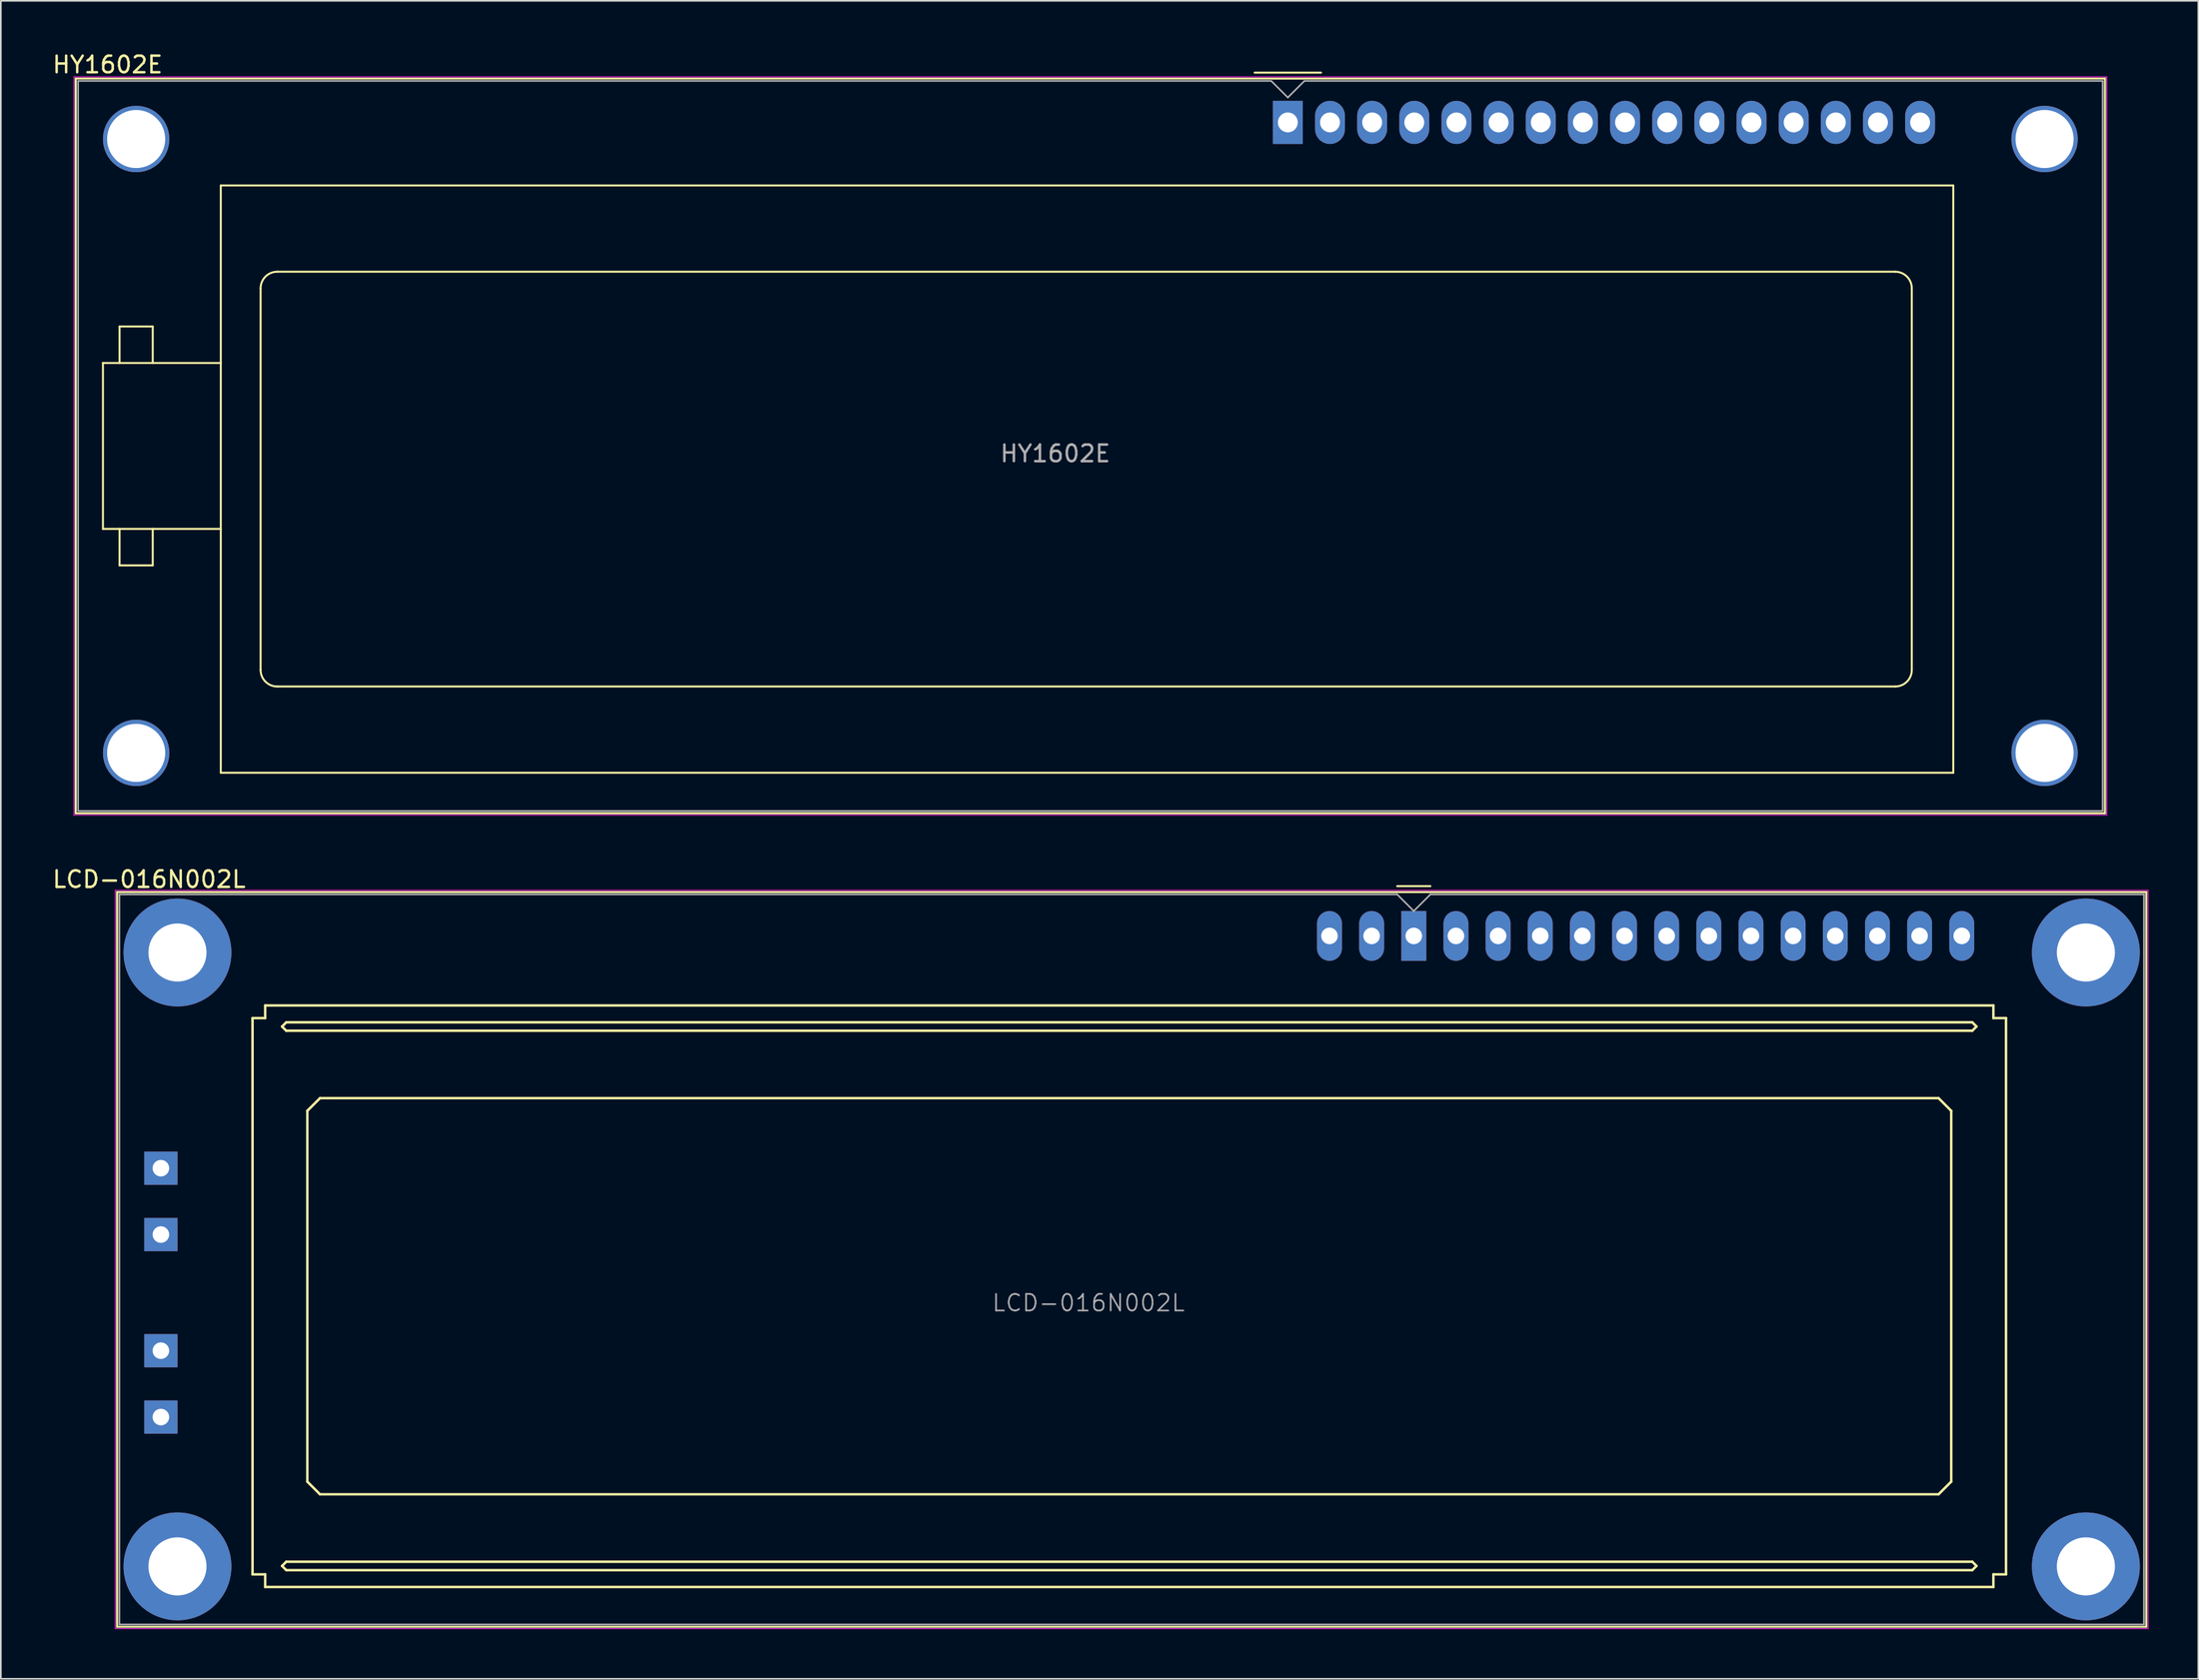
<source format=kicad_pcb>
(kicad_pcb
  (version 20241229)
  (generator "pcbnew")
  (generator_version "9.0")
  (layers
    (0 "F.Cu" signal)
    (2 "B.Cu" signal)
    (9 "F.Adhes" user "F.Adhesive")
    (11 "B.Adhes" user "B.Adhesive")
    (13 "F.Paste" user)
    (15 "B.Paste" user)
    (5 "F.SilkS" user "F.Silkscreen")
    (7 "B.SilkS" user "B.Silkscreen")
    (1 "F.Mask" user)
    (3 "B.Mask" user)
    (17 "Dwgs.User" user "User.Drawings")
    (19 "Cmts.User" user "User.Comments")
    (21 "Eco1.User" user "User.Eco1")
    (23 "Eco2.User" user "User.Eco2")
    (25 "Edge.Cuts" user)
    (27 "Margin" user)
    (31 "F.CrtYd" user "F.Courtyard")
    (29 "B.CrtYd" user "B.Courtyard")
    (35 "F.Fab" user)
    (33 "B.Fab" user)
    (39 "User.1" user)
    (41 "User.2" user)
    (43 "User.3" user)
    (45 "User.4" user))
  (footprint "LCD-016N002L"
    (layer "F.Cu")
    (at 82.145 53.361)
    (property "Reference" "LCD-016N002L" (at -76.21 -3.41 180) (layer "F.SilkS") (effects (font (size 1 1) (thickness 0.15))))
    (attr through_hole)
    (fp_line (start -78.14 -2.64) (end -78.14 41.64) (stroke (width 0.12) (type solid)) (layer "F.SilkS"))
    (fp_line (start -78.14 41.64) (end 44.14 41.64) (stroke (width 0.12) (type solid)) (layer "F.SilkS"))
    (fp_line (start -69.977 4.953) (end -69.977 38.481) (stroke (width 0.15) (type solid)) (layer "F.SilkS"))
    (fp_line (start -69.215 4.191) (end -69.215 4.953) (stroke (width 0.15) (type solid)) (layer "F.SilkS"))
    (fp_line (start -69.215 4.953) (end -69.977 4.953) (stroke (width 0.15) (type solid)) (layer "F.SilkS"))
    (fp_line (start -69.215 38.481) (end -69.977 38.481) (stroke (width 0.15) (type solid)) (layer "F.SilkS"))
    (fp_line (start -69.215 39.243) (end -69.215 38.481) (stroke (width 0.15) (type solid)) (layer "F.SilkS"))
    (fp_line (start -69.215 39.243) (end 34.925 39.243) (stroke (width 0.15) (type solid)) (layer "F.SilkS"))
    (fp_line (start -68.199 5.461) (end -67.945 5.715) (stroke (width 0.15) (type solid)) (layer "F.SilkS"))
    (fp_line (start -68.199 37.973) (end -67.945 38.227) (stroke (width 0.15) (type solid)) (layer "F.SilkS"))
    (fp_line (start -67.945 5.207) (end -68.199 5.461) (stroke (width 0.15) (type solid)) (layer "F.SilkS"))
    (fp_line (start -67.945 5.715) (end 33.655 5.715) (stroke (width 0.15) (type solid)) (layer "F.SilkS"))
    (fp_line (start -67.945 37.719) (end -68.199 37.973) (stroke (width 0.15) (type solid)) (layer "F.SilkS"))
    (fp_line (start -67.945 38.227) (end 33.655 38.227) (stroke (width 0.15) (type solid)) (layer "F.SilkS"))
    (fp_line (start -66.675 10.541) (end -65.913 9.779) (stroke (width 0.15) (type solid)) (layer "F.SilkS"))
    (fp_line (start -66.675 32.893) (end -66.675 10.541) (stroke (width 0.15) (type solid)) (layer "F.SilkS"))
    (fp_line (start -65.913 9.779) (end 31.623 9.779) (stroke (width 0.15) (type solid)) (layer "F.SilkS"))
    (fp_line (start -65.913 33.655) (end -66.675 32.893) (stroke (width 0.15) (type solid)) (layer "F.SilkS"))
    (fp_line (start -1 -3) (end 1 -3) (stroke (width 0.12) (type solid)) (layer "F.SilkS"))
    (fp_line (start 31.623 9.779) (end 32.385 10.541) (stroke (width 0.15) (type solid)) (layer "F.SilkS"))
    (fp_line (start 31.623 33.655) (end -65.913 33.655) (stroke (width 0.15) (type solid)) (layer "F.SilkS"))
    (fp_line (start 32.385 10.541) (end 32.385 32.893) (stroke (width 0.15) (type solid)) (layer "F.SilkS"))
    (fp_line (start 32.385 32.893) (end 31.623 33.655) (stroke (width 0.15) (type solid)) (layer "F.SilkS"))
    (fp_line (start 33.655 5.207) (end -67.945 5.207) (stroke (width 0.15) (type solid)) (layer "F.SilkS"))
    (fp_line (start 33.655 5.207) (end 33.909 5.461) (stroke (width 0.15) (type solid)) (layer "F.SilkS"))
    (fp_line (start 33.655 37.719) (end -67.945 37.719) (stroke (width 0.15) (type solid)) (layer "F.SilkS"))
    (fp_line (start 33.655 38.227) (end 33.909 37.973) (stroke (width 0.15) (type solid)) (layer "F.SilkS"))
    (fp_line (start 33.909 5.461) (end 33.655 5.715) (stroke (width 0.15) (type solid)) (layer "F.SilkS"))
    (fp_line (start 33.909 37.973) (end 33.655 37.719) (stroke (width 0.15) (type solid)) (layer "F.SilkS"))
    (fp_line (start 34.925 4.191) (end -69.215 4.191) (stroke (width 0.15) (type solid)) (layer "F.SilkS"))
    (fp_line (start 34.925 4.191) (end 34.925 4.953) (stroke (width 0.15) (type solid)) (layer "F.SilkS"))
    (fp_line (start 34.925 4.953) (end 35.687 4.953) (stroke (width 0.15) (type solid)) (layer "F.SilkS"))
    (fp_line (start 34.925 38.481) (end 34.925 39.243) (stroke (width 0.15) (type solid)) (layer "F.SilkS"))
    (fp_line (start 35.687 38.481) (end 34.925 38.481) (stroke (width 0.15) (type solid)) (layer "F.SilkS"))
    (fp_line (start 35.687 38.481) (end 35.687 4.953) (stroke (width 0.15) (type solid)) (layer "F.SilkS"))
    (fp_line (start 44.14 -2.64) (end -78.14 -2.64) (stroke (width 0.12) (type solid)) (layer "F.SilkS"))
    (fp_line (start 44.14 -2.64) (end 44.14 41.64) (stroke (width 0.12) (type solid)) (layer "F.SilkS"))
    (fp_line (start -78.25 -2.75) (end -78.25 41.75) (stroke (width 0.05) (type solid)) (layer "F.CrtYd"))
    (fp_line (start -78.25 -2.75) (end 44.25 -2.75) (stroke (width 0.05) (type solid)) (layer "F.CrtYd"))
    (fp_line (start -78.25 41.75) (end 44.25 41.75) (stroke (width 0.05) (type solid)) (layer "F.CrtYd"))
    (fp_line (start 44.25 -2.75) (end 44.25 41.75) (stroke (width 0.05) (type solid)) (layer "F.CrtYd"))
    (fp_line (start -78 -2.5) (end -1 -2.5) (stroke (width 0.1) (type solid)) (layer "F.Fab"))
    (fp_line (start -78 41.5) (end -78 -2.5) (stroke (width 0.1) (type solid)) (layer "F.Fab"))
    (fp_line (start 0 -1.5) (end -1 -2.5) (stroke (width 0.1) (type solid)) (layer "F.Fab"))
    (fp_line (start 1 -2.5) (end 0 -1.5) (stroke (width 0.1) (type solid)) (layer "F.Fab"))
    (fp_line (start 1 -2.5) (end 44 -2.5) (stroke (width 0.1) (type solid)) (layer "F.Fab"))
    (fp_line (start 44 -2.5) (end 44 41.5) (stroke (width 0.1) (type solid)) (layer "F.Fab"))
    (fp_line (start 44 41.5) (end -78 41.5) (stroke (width 0.1) (type solid)) (layer "F.Fab"))
    (fp_text user "${REFERENCE}" (at -19.6 22.12 0) (layer "F.Fab") (effects (font (size 1 1) (thickness 0.1))))
    (pad "" thru_hole circle (at -74.5 1 180) (size 6.5 6.5) (drill 3.5) (layers "*.Cu" "*.Mask"))
    (pad "" thru_hole circle (at -74.5 38 180) (size 6.5 6.5) (drill 3.5) (layers "*.Cu" "*.Mask"))
    (pad "" thru_hole circle (at 40.5 1 180) (size 6.5 6.5) (drill 3.5) (layers "*.Cu" "*.Mask"))
    (pad "" thru_hole circle (at 40.5 38 180) (size 6.5 6.5) (drill 3.5) (layers "*.Cu" "*.Mask"))
    (pad "1" thru_hole rect (at 0 0 180) (size 1.5 3) (drill 1) (layers "*.Cu" "*.Mask"))
    (pad "2" thru_hole oval (at 2.54 0 180) (size 1.5 3) (drill 1) (layers "*.Cu" "*.Mask"))
    (pad "3" thru_hole oval (at 5.08 0 180) (size 1.5 3) (drill 1) (layers "*.Cu" "*.Mask"))
    (pad "4" thru_hole oval (at 7.62 0 180) (size 1.5 3) (drill 1) (layers "*.Cu" "*.Mask"))
    (pad "5" thru_hole oval (at 10.16 0 180) (size 1.5 3) (drill 1) (layers "*.Cu" "*.Mask"))
    (pad "6" thru_hole oval (at 12.7 0 180) (size 1.5 3) (drill 1) (layers "*.Cu" "*.Mask"))
    (pad "7" thru_hole oval (at 15.24 0 180) (size 1.5 3) (drill 1) (layers "*.Cu" "*.Mask"))
    (pad "8" thru_hole oval (at 17.78 0 180) (size 1.5 3) (drill 1) (layers "*.Cu" "*.Mask"))
    (pad "9" thru_hole oval (at 20.32 0 180) (size 1.5 3) (drill 1) (layers "*.Cu" "*.Mask"))
    (pad "10" thru_hole oval (at 22.86 0 180) (size 1.5 3) (drill 1) (layers "*.Cu" "*.Mask"))
    (pad "11" thru_hole oval (at 25.4 0 180) (size 1.5 3) (drill 1) (layers "*.Cu" "*.Mask"))
    (pad "12" thru_hole oval (at 27.94 0 180) (size 1.5 3) (drill 1) (layers "*.Cu" "*.Mask"))
    (pad "13" thru_hole oval (at 30.48 0 180) (size 1.5 3) (drill 1) (layers "*.Cu" "*.Mask"))
    (pad "14" thru_hole oval (at 33.02 0 180) (size 1.5 3) (drill 1) (layers "*.Cu" "*.Mask"))
    (pad "15" thru_hole oval (at -2.54 0 180) (size 1.5 3) (drill 1) (layers "*.Cu" "*.Mask"))
    (pad "16" thru_hole oval (at -5.08 0 180) (size 1.5 3) (drill 1) (layers "*.Cu" "*.Mask"))
    (pad "A1" thru_hole rect (at -75.5 14 180) (size 2 2) (drill 1) (layers "*.Cu" "*.Mask"))
    (pad "A2" thru_hole rect (at -75.5 25 180) (size 2 2) (drill 1) (layers "*.Cu" "*.Mask"))
    (pad "K1" thru_hole rect (at -75.5 18 180) (size 2 2) (drill 1) (layers "*.Cu" "*.Mask"))
    (pad "K2" thru_hole rect (at -75.5 29 180) (size 2 2) (drill 1) (layers "*.Cu" "*.Mask")))
  (footprint "HY1602E"
    (layer "F.Cu")
    (at 74.555 4.328)
    (property "Reference" "HY1602E" (at -71.12 -3.48 0) (layer "F.SilkS") (effects (font (size 1 1) (thickness 0.15))))
    (attr through_hole)
    (fp_line (start -73.04 -2.64) (end -73.04 41.64) (stroke (width 0.12) (type solid)) (layer "F.SilkS"))
    (fp_line (start -73.04 -2.64) (end 49.24 -2.64) (stroke (width 0.12) (type solid)) (layer "F.SilkS"))
    (fp_line (start -71.4 14.5) (end -64.3 14.5) (stroke (width 0.12) (type solid)) (layer "F.SilkS"))
    (fp_line (start -71.4 24.5) (end -71.4 14.5) (stroke (width 0.12) (type solid)) (layer "F.SilkS"))
    (fp_line (start -70.4 12.3) (end -70.4 14.5) (stroke (width 0.12) (type solid)) (layer "F.SilkS"))
    (fp_line (start -70.4 26.7) (end -70.4 24.5) (stroke (width 0.12) (type solid)) (layer "F.SilkS"))
    (fp_line (start -68.4 12.3) (end -70.4 12.3) (stroke (width 0.12) (type solid)) (layer "F.SilkS"))
    (fp_line (start -68.4 14.5) (end -68.4 12.3) (stroke (width 0.12) (type solid)) (layer "F.SilkS"))
    (fp_line (start -68.4 24.5) (end -68.4 26.7) (stroke (width 0.12) (type solid)) (layer "F.SilkS"))
    (fp_line (start -68.4 26.7) (end -70.4 26.7) (stroke (width 0.12) (type solid)) (layer "F.SilkS"))
    (fp_line (start -64.3 3.8) (end 40.1 3.8) (stroke (width 0.12) (type solid)) (layer "F.SilkS"))
    (fp_line (start -64.3 24.5) (end -71.4 24.5) (stroke (width 0.12) (type solid)) (layer "F.SilkS"))
    (fp_line (start -64.3 39.2) (end -64.3 3.8) (stroke (width 0.12) (type solid)) (layer "F.SilkS"))
    (fp_line (start -61.9 33) (end -61.9 10) (stroke (width 0.12) (type solid)) (layer "F.SilkS"))
    (fp_line (start -60.9 9) (end 36.6 9) (stroke (width 0.12) (type solid)) (layer "F.SilkS"))
    (fp_line (start -2 -3) (end 2 -3) (stroke (width 0.12) (type solid)) (layer "F.SilkS"))
    (fp_line (start 36.6 34) (end -60.9 34) (stroke (width 0.12) (type solid)) (layer "F.SilkS"))
    (fp_line (start 37.6 10) (end 37.6 33) (stroke (width 0.12) (type solid)) (layer "F.SilkS"))
    (fp_line (start 40.1 3.8) (end 40.1 39.2) (stroke (width 0.12) (type solid)) (layer "F.SilkS"))
    (fp_line (start 40.1 39.2) (end -64.3 39.2) (stroke (width 0.12) (type solid)) (layer "F.SilkS"))
    (fp_line (start 49.24 -2.64) (end 49.24 41.64) (stroke (width 0.12) (type solid)) (layer "F.SilkS"))
    (fp_line (start 49.24 41.64) (end -73.04 41.64) (stroke (width 0.12) (type solid)) (layer "F.SilkS"))
    (fp_arc (start -61.9 10) (mid -61.607107 9.292893) (end -60.9 9) (stroke (width 0.12) (type solid)) (layer "F.SilkS"))
    (fp_arc (start -60.9 34) (mid -61.607107 33.707107) (end -61.9 33) (stroke (width 0.12) (type solid)) (layer "F.SilkS"))
    (fp_arc (start 36.6 9) (mid 37.307107 9.292893) (end 37.6 10) (stroke (width 0.12) (type solid)) (layer "F.SilkS"))
    (fp_arc (start 37.6 33) (mid 37.307107 33.707107) (end 36.6 34) (stroke (width 0.12) (type solid)) (layer "F.SilkS"))
    (fp_line (start -73.15 -2.75) (end -73.15 41.75) (stroke (width 0.05) (type solid)) (layer "F.CrtYd"))
    (fp_line (start -73.15 -2.75) (end 49.35 -2.75) (stroke (width 0.05) (type solid)) (layer "F.CrtYd"))
    (fp_line (start -73.15 41.75) (end 49.35 41.75) (stroke (width 0.05) (type solid)) (layer "F.CrtYd"))
    (fp_line (start 49.35 -2.75) (end 49.35 41.75) (stroke (width 0.05) (type solid)) (layer "F.CrtYd"))
    (fp_line (start -72.9 -2.5) (end -72.9 41.5) (stroke (width 0.1) (type solid)) (layer "F.Fab"))
    (fp_line (start -72.9 41.5) (end 49.1 41.5) (stroke (width 0.1) (type solid)) (layer "F.Fab"))
    (fp_line (start -1 -2.5) (end -72.9 -2.5) (stroke (width 0.1) (type solid)) (layer "F.Fab"))
    (fp_line (start 0 -1.5) (end -1 -2.5) (stroke (width 0.1) (type solid)) (layer "F.Fab"))
    (fp_line (start 1 -2.5) (end 0 -1.5) (stroke (width 0.1) (type solid)) (layer "F.Fab"))
    (fp_line (start 49.1 -2.5) (end 1 -2.5) (stroke (width 0.1) (type solid)) (layer "F.Fab"))
    (fp_line (start 49.1 41.5) (end 49.1 -2.5) (stroke (width 0.1) (type solid)) (layer "F.Fab"))
    (fp_text user "${REFERENCE}" (at -14.01 19.96 0) (layer "F.Fab") (effects (font (size 1 1) (thickness 0.15))))
    (pad "" thru_hole circle (at -69.4 1.001 180) (size 4 4) (drill 3.5) (layers "*.Cu" "*.Mask"))
    (pad "" thru_hole circle (at -69.4 38.001 180) (size 4 4) (drill 3.5) (layers "*.Cu" "*.Mask"))
    (pad "" thru_hole circle (at 45.601 1.001 180) (size 4 4) (drill 3.5) (layers "*.Cu" "*.Mask"))
    (pad "" thru_hole circle (at 45.601 38.001 180) (size 4 4) (drill 3.5) (layers "*.Cu" "*.Mask"))
    (pad "1" thru_hole rect (at 0 0 180) (size 1.8 2.6) (drill 1.2) (layers "*.Cu" "*.Mask"))
    (pad "2" thru_hole oval (at 2.54 0 180) (size 1.8 2.6) (drill 1.2) (layers "*.Cu" "*.Mask"))
    (pad "3" thru_hole oval (at 5.08 0 180) (size 1.8 2.6) (drill 1.2) (layers "*.Cu" "*.Mask"))
    (pad "4" thru_hole oval (at 7.62 0 180) (size 1.8 2.6) (drill 1.2) (layers "*.Cu" "*.Mask"))
    (pad "5" thru_hole oval (at 10.16 0 180) (size 1.8 2.6) (drill 1.2) (layers "*.Cu" "*.Mask"))
    (pad "6" thru_hole oval (at 12.7 0 180) (size 1.8 2.6) (drill 1.2) (layers "*.Cu" "*.Mask"))
    (pad "7" thru_hole oval (at 15.24 0 180) (size 1.8 2.6) (drill 1.2) (layers "*.Cu" "*.Mask"))
    (pad "8" thru_hole oval (at 17.78 0 180) (size 1.8 2.6) (drill 1.2) (layers "*.Cu" "*.Mask"))
    (pad "9" thru_hole oval (at 20.32 0 180) (size 1.8 2.6) (drill 1.2) (layers "*.Cu" "*.Mask"))
    (pad "10" thru_hole oval (at 22.86 0 180) (size 1.8 2.6) (drill 1.2) (layers "*.Cu" "*.Mask"))
    (pad "11" thru_hole oval (at 25.4 0 180) (size 1.8 2.6) (drill 1.2) (layers "*.Cu" "*.Mask"))
    (pad "12" thru_hole oval (at 27.94 0 180) (size 1.8 2.6) (drill 1.2) (layers "*.Cu" "*.Mask"))
    (pad "13" thru_hole oval (at 30.48 0 180) (size 1.8 2.6) (drill 1.2) (layers "*.Cu" "*.Mask"))
    (pad "14" thru_hole oval (at 33.02 0 180) (size 1.8 2.6) (drill 1.2) (layers "*.Cu" "*.Mask"))
    (pad "15" thru_hole oval (at 35.56 0 180) (size 1.8 2.6) (drill 1.2) (layers "*.Cu" "*.Mask"))
    (pad "16" thru_hole oval (at 38.1 0 180) (size 1.8 2.6) (drill 1.2) (layers "*.Cu" "*.Mask")))
  (gr_rect
    (start -3 -3)
    (end 129.42 98.136)
    (stroke (width 0.1) (type default))
    (fill no)
    (layer "Edge.Cuts")))
</source>
